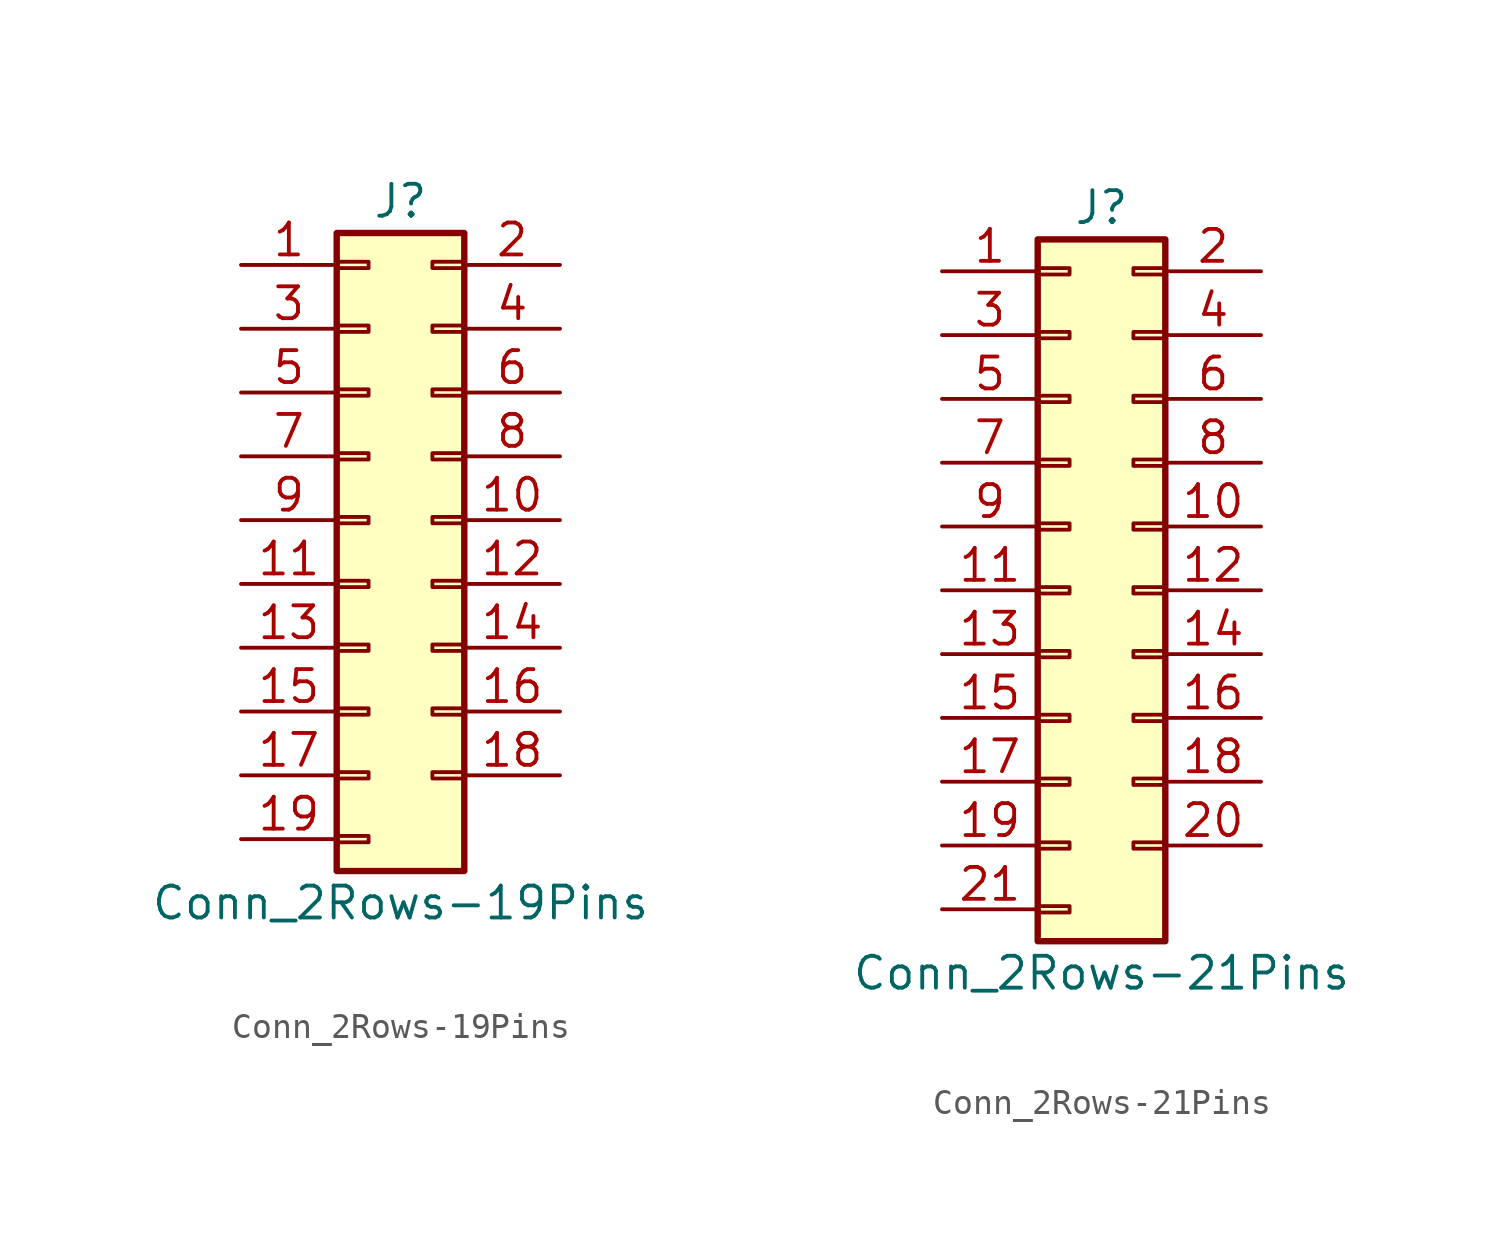
<source format=kicad_sym>
(kicad_symbol_lib
  (version 20220914)
  (generator kicad_symbol_editor)
  (symbol "Conn_2Rows-19Pins"
    (pin_names
      (offset 1.016) hide)
    (property "Reference" "J"
      (at 1.27 12.7 0)
      (effects (font (size 1.27 1.27))))
    (property "Value" "Conn_2Rows-19Pins"
      (at 1.27 -15.24 0)
      (effects (font (size 1.27 1.27))))
    (symbol "Conn_2Rows-19Pins_1_1"
      (rectangle (start -1.27 -12.573) (end 0 -12.827) (stroke (width 0.152) (type default)) (fill (type none)))
      (rectangle (start -1.27 -10.033) (end 0 -10.287) (stroke (width 0.152) (type default)) (fill (type none)))
      (rectangle (start -1.27 -7.493) (end 0 -7.747) (stroke (width 0.152) (type default)) (fill (type none)))
      (rectangle (start -1.27 -4.953) (end 0 -5.207) (stroke (width 0.152) (type default)) (fill (type none)))
      (rectangle (start -1.27 -2.413) (end 0 -2.667) (stroke (width 0.152) (type default)) (fill (type none)))
      (rectangle (start -1.27 0.127) (end 0 -0.127) (stroke (width 0.152) (type default)) (fill (type none)))
      (rectangle (start -1.27 2.667) (end 0 2.413) (stroke (width 0.152) (type default)) (fill (type none)))
      (rectangle (start -1.27 5.207) (end 0 4.953) (stroke (width 0.152) (type default)) (fill (type none)))
      (rectangle (start -1.27 7.747) (end 0 7.493) (stroke (width 0.152) (type default)) (fill (type none)))
      (rectangle (start -1.27 10.287) (end 0 10.033) (stroke (width 0.152) (type default)) (fill (type none)))
      (rectangle (start -1.27 11.43) (end 3.81 -13.97) (stroke (width 0.254) (type default)) (fill (type background)))
      (rectangle (start 3.81 -10.033) (end 2.54 -10.287) (stroke (width 0.152) (type default)) (fill (type none)))
      (rectangle (start 3.81 -7.493) (end 2.54 -7.747) (stroke (width 0.152) (type default)) (fill (type none)))
      (rectangle (start 3.81 -4.953) (end 2.54 -5.207) (stroke (width 0.152) (type default)) (fill (type none)))
      (rectangle (start 3.81 -2.413) (end 2.54 -2.667) (stroke (width 0.152) (type default)) (fill (type none)))
      (rectangle (start 3.81 0.127) (end 2.54 -0.127) (stroke (width 0.152) (type default)) (fill (type none)))
      (rectangle (start 3.81 2.667) (end 2.54 2.413) (stroke (width 0.152) (type default)) (fill (type none)))
      (rectangle (start 3.81 5.207) (end 2.54 4.953) (stroke (width 0.152) (type default)) (fill (type none)))
      (rectangle (start 3.81 7.747) (end 2.54 7.493) (stroke (width 0.152) (type default)) (fill (type none)))
      (rectangle (start 3.81 10.287) (end 2.54 10.033) (stroke (width 0.152) (type default)) (fill (type none)))
      (pin passive line (at -5.08 10.16 0) (length 3.81) (name "Pin_1" (effects (font (size 1.27 1.27)))) (number "1" (effects (font (size 1.27 1.27)))))
      (pin passive line (at 7.62 0 180) (length 3.81) (name "Pin_10" (effects (font (size 1.27 1.27)))) (number "10" (effects (font (size 1.27 1.27)))))
      (pin passive line (at -5.08 -2.54 0) (length 3.81) (name "Pin_11" (effects (font (size 1.27 1.27)))) (number "11" (effects (font (size 1.27 1.27)))))
      (pin passive line (at 7.62 -2.54 180) (length 3.81) (name "Pin_12" (effects (font (size 1.27 1.27)))) (number "12" (effects (font (size 1.27 1.27)))))
      (pin passive line (at -5.08 -5.08 0) (length 3.81) (name "Pin_13" (effects (font (size 1.27 1.27)))) (number "13" (effects (font (size 1.27 1.27)))))
      (pin passive line (at 7.62 -5.08 180) (length 3.81) (name "Pin_14" (effects (font (size 1.27 1.27)))) (number "14" (effects (font (size 1.27 1.27)))))
      (pin passive line (at -5.08 -7.62 0) (length 3.81) (name "Pin_15" (effects (font (size 1.27 1.27)))) (number "15" (effects (font (size 1.27 1.27)))))
      (pin passive line (at 7.62 -7.62 180) (length 3.81) (name "Pin_16" (effects (font (size 1.27 1.27)))) (number "16" (effects (font (size 1.27 1.27)))))
      (pin passive line (at -5.08 -10.16 0) (length 3.81) (name "Pin_17" (effects (font (size 1.27 1.27)))) (number "17" (effects (font (size 1.27 1.27)))))
      (pin passive line (at 7.62 -10.16 180) (length 3.81) (name "Pin_18" (effects (font (size 1.27 1.27)))) (number "18" (effects (font (size 1.27 1.27)))))
      (pin passive line (at -5.08 -12.7 0) (length 3.81) (name "Pin_19" (effects (font (size 1.27 1.27)))) (number "19" (effects (font (size 1.27 1.27)))))
      (pin passive line (at 7.62 10.16 180) (length 3.81) (name "Pin_2" (effects (font (size 1.27 1.27)))) (number "2" (effects (font (size 1.27 1.27)))))
      (pin passive line (at -5.08 7.62 0) (length 3.81) (name "Pin_3" (effects (font (size 1.27 1.27)))) (number "3" (effects (font (size 1.27 1.27)))))
      (pin passive line (at 7.62 7.62 180) (length 3.81) (name "Pin_4" (effects (font (size 1.27 1.27)))) (number "4" (effects (font (size 1.27 1.27)))))
      (pin passive line (at -5.08 5.08 0) (length 3.81) (name "Pin_5" (effects (font (size 1.27 1.27)))) (number "5" (effects (font (size 1.27 1.27)))))
      (pin passive line (at 7.62 5.08 180) (length 3.81) (name "Pin_6" (effects (font (size 1.27 1.27)))) (number "6" (effects (font (size 1.27 1.27)))))
      (pin passive line (at -5.08 2.54 0) (length 3.81) (name "Pin_7" (effects (font (size 1.27 1.27)))) (number "7" (effects (font (size 1.27 1.27)))))
      (pin passive line (at 7.62 2.54 180) (length 3.81) (name "Pin_8" (effects (font (size 1.27 1.27)))) (number "8" (effects (font (size 1.27 1.27)))))
      (pin passive line (at -5.08 0 0) (length 3.81) (name "Pin_9" (effects (font (size 1.27 1.27)))) (number "9" (effects (font (size 1.27 1.27)))))))
  (symbol "Conn_2Rows-21Pins"
    (pin_names
      (offset 1.016) hide)
    (property "Reference" "J"
      (at 1.27 15.24 0)
      (effects (font (size 1.27 1.27))))
    (property "Value" "Conn_2Rows-21Pins"
      (at 1.27 -15.24 0)
      (effects (font (size 1.27 1.27))))
    (symbol "Conn_2Rows-21Pins_1_1"
      (rectangle (start -1.27 -12.573) (end 0 -12.827) (stroke (width 0.152) (type default)) (fill (type none)))
      (rectangle (start -1.27 -10.033) (end 0 -10.287) (stroke (width 0.152) (type default)) (fill (type none)))
      (rectangle (start -1.27 -7.493) (end 0 -7.747) (stroke (width 0.152) (type default)) (fill (type none)))
      (rectangle (start -1.27 -4.953) (end 0 -5.207) (stroke (width 0.152) (type default)) (fill (type none)))
      (rectangle (start -1.27 -2.413) (end 0 -2.667) (stroke (width 0.152) (type default)) (fill (type none)))
      (rectangle (start -1.27 0.127) (end 0 -0.127) (stroke (width 0.152) (type default)) (fill (type none)))
      (rectangle (start -1.27 2.667) (end 0 2.413) (stroke (width 0.152) (type default)) (fill (type none)))
      (rectangle (start -1.27 5.207) (end 0 4.953) (stroke (width 0.152) (type default)) (fill (type none)))
      (rectangle (start -1.27 7.747) (end 0 7.493) (stroke (width 0.152) (type default)) (fill (type none)))
      (rectangle (start -1.27 10.287) (end 0 10.033) (stroke (width 0.152) (type default)) (fill (type none)))
      (rectangle (start -1.27 12.827) (end 0 12.573) (stroke (width 0.152) (type default)) (fill (type none)))
      (rectangle (start -1.27 13.97) (end 3.81 -13.97) (stroke (width 0.254) (type default)) (fill (type background)))
      (rectangle (start 3.81 -10.033) (end 2.54 -10.287) (stroke (width 0.152) (type default)) (fill (type none)))
      (rectangle (start 3.81 -7.493) (end 2.54 -7.747) (stroke (width 0.152) (type default)) (fill (type none)))
      (rectangle (start 3.81 -4.953) (end 2.54 -5.207) (stroke (width 0.152) (type default)) (fill (type none)))
      (rectangle (start 3.81 -2.413) (end 2.54 -2.667) (stroke (width 0.152) (type default)) (fill (type none)))
      (rectangle (start 3.81 0.127) (end 2.54 -0.127) (stroke (width 0.152) (type default)) (fill (type none)))
      (rectangle (start 3.81 2.667) (end 2.54 2.413) (stroke (width 0.152) (type default)) (fill (type none)))
      (rectangle (start 3.81 5.207) (end 2.54 4.953) (stroke (width 0.152) (type default)) (fill (type none)))
      (rectangle (start 3.81 7.747) (end 2.54 7.493) (stroke (width 0.152) (type default)) (fill (type none)))
      (rectangle (start 3.81 10.287) (end 2.54 10.033) (stroke (width 0.152) (type default)) (fill (type none)))
      (rectangle (start 3.81 12.827) (end 2.54 12.573) (stroke (width 0.152) (type default)) (fill (type none)))
      (pin passive line (at -5.08 12.7 0) (length 3.81) (name "Pin_1" (effects (font (size 1.27 1.27)))) (number "1" (effects (font (size 1.27 1.27)))))
      (pin passive line (at 7.62 2.54 180) (length 3.81) (name "Pin_10" (effects (font (size 1.27 1.27)))) (number "10" (effects (font (size 1.27 1.27)))))
      (pin passive line (at -5.08 0 0) (length 3.81) (name "Pin_11" (effects (font (size 1.27 1.27)))) (number "11" (effects (font (size 1.27 1.27)))))
      (pin passive line (at 7.62 0 180) (length 3.81) (name "Pin_12" (effects (font (size 1.27 1.27)))) (number "12" (effects (font (size 1.27 1.27)))))
      (pin passive line (at -5.08 -2.54 0) (length 3.81) (name "Pin_13" (effects (font (size 1.27 1.27)))) (number "13" (effects (font (size 1.27 1.27)))))
      (pin passive line (at 7.62 -2.54 180) (length 3.81) (name "Pin_14" (effects (font (size 1.27 1.27)))) (number "14" (effects (font (size 1.27 1.27)))))
      (pin passive line (at -5.08 -5.08 0) (length 3.81) (name "Pin_15" (effects (font (size 1.27 1.27)))) (number "15" (effects (font (size 1.27 1.27)))))
      (pin passive line (at 7.62 -5.08 180) (length 3.81) (name "Pin_16" (effects (font (size 1.27 1.27)))) (number "16" (effects (font (size 1.27 1.27)))))
      (pin passive line (at -5.08 -7.62 0) (length 3.81) (name "Pin_17" (effects (font (size 1.27 1.27)))) (number "17" (effects (font (size 1.27 1.27)))))
      (pin passive line (at 7.62 -7.62 180) (length 3.81) (name "Pin_18" (effects (font (size 1.27 1.27)))) (number "18" (effects (font (size 1.27 1.27)))))
      (pin passive line (at -5.08 -10.16 0) (length 3.81) (name "Pin_19" (effects (font (size 1.27 1.27)))) (number "19" (effects (font (size 1.27 1.27)))))
      (pin passive line (at 7.62 12.7 180) (length 3.81) (name "Pin_2" (effects (font (size 1.27 1.27)))) (number "2" (effects (font (size 1.27 1.27)))))
      (pin passive line (at 7.62 -10.16 180) (length 3.81) (name "Pin_20" (effects (font (size 1.27 1.27)))) (number "20" (effects (font (size 1.27 1.27)))))
      (pin passive line (at -5.08 -12.7 0) (length 3.81) (name "Pin_21" (effects (font (size 1.27 1.27)))) (number "21" (effects (font (size 1.27 1.27)))))
      (pin passive line (at -5.08 10.16 0) (length 3.81) (name "Pin_3" (effects (font (size 1.27 1.27)))) (number "3" (effects (font (size 1.27 1.27)))))
      (pin passive line (at 7.62 10.16 180) (length 3.81) (name "Pin_4" (effects (font (size 1.27 1.27)))) (number "4" (effects (font (size 1.27 1.27)))))
      (pin passive line (at -5.08 7.62 0) (length 3.81) (name "Pin_5" (effects (font (size 1.27 1.27)))) (number "5" (effects (font (size 1.27 1.27)))))
      (pin passive line (at 7.62 7.62 180) (length 3.81) (name "Pin_6" (effects (font (size 1.27 1.27)))) (number "6" (effects (font (size 1.27 1.27)))))
      (pin passive line (at -5.08 5.08 0) (length 3.81) (name "Pin_7" (effects (font (size 1.27 1.27)))) (number "7" (effects (font (size 1.27 1.27)))))
      (pin passive line (at 7.62 5.08 180) (length 3.81) (name "Pin_8" (effects (font (size 1.27 1.27)))) (number "8" (effects (font (size 1.27 1.27)))))
      (pin passive line (at -5.08 2.54 0) (length 3.81) (name "Pin_9" (effects (font (size 1.27 1.27)))) (number "9" (effects (font (size 1.27 1.27))))))))
</source>
